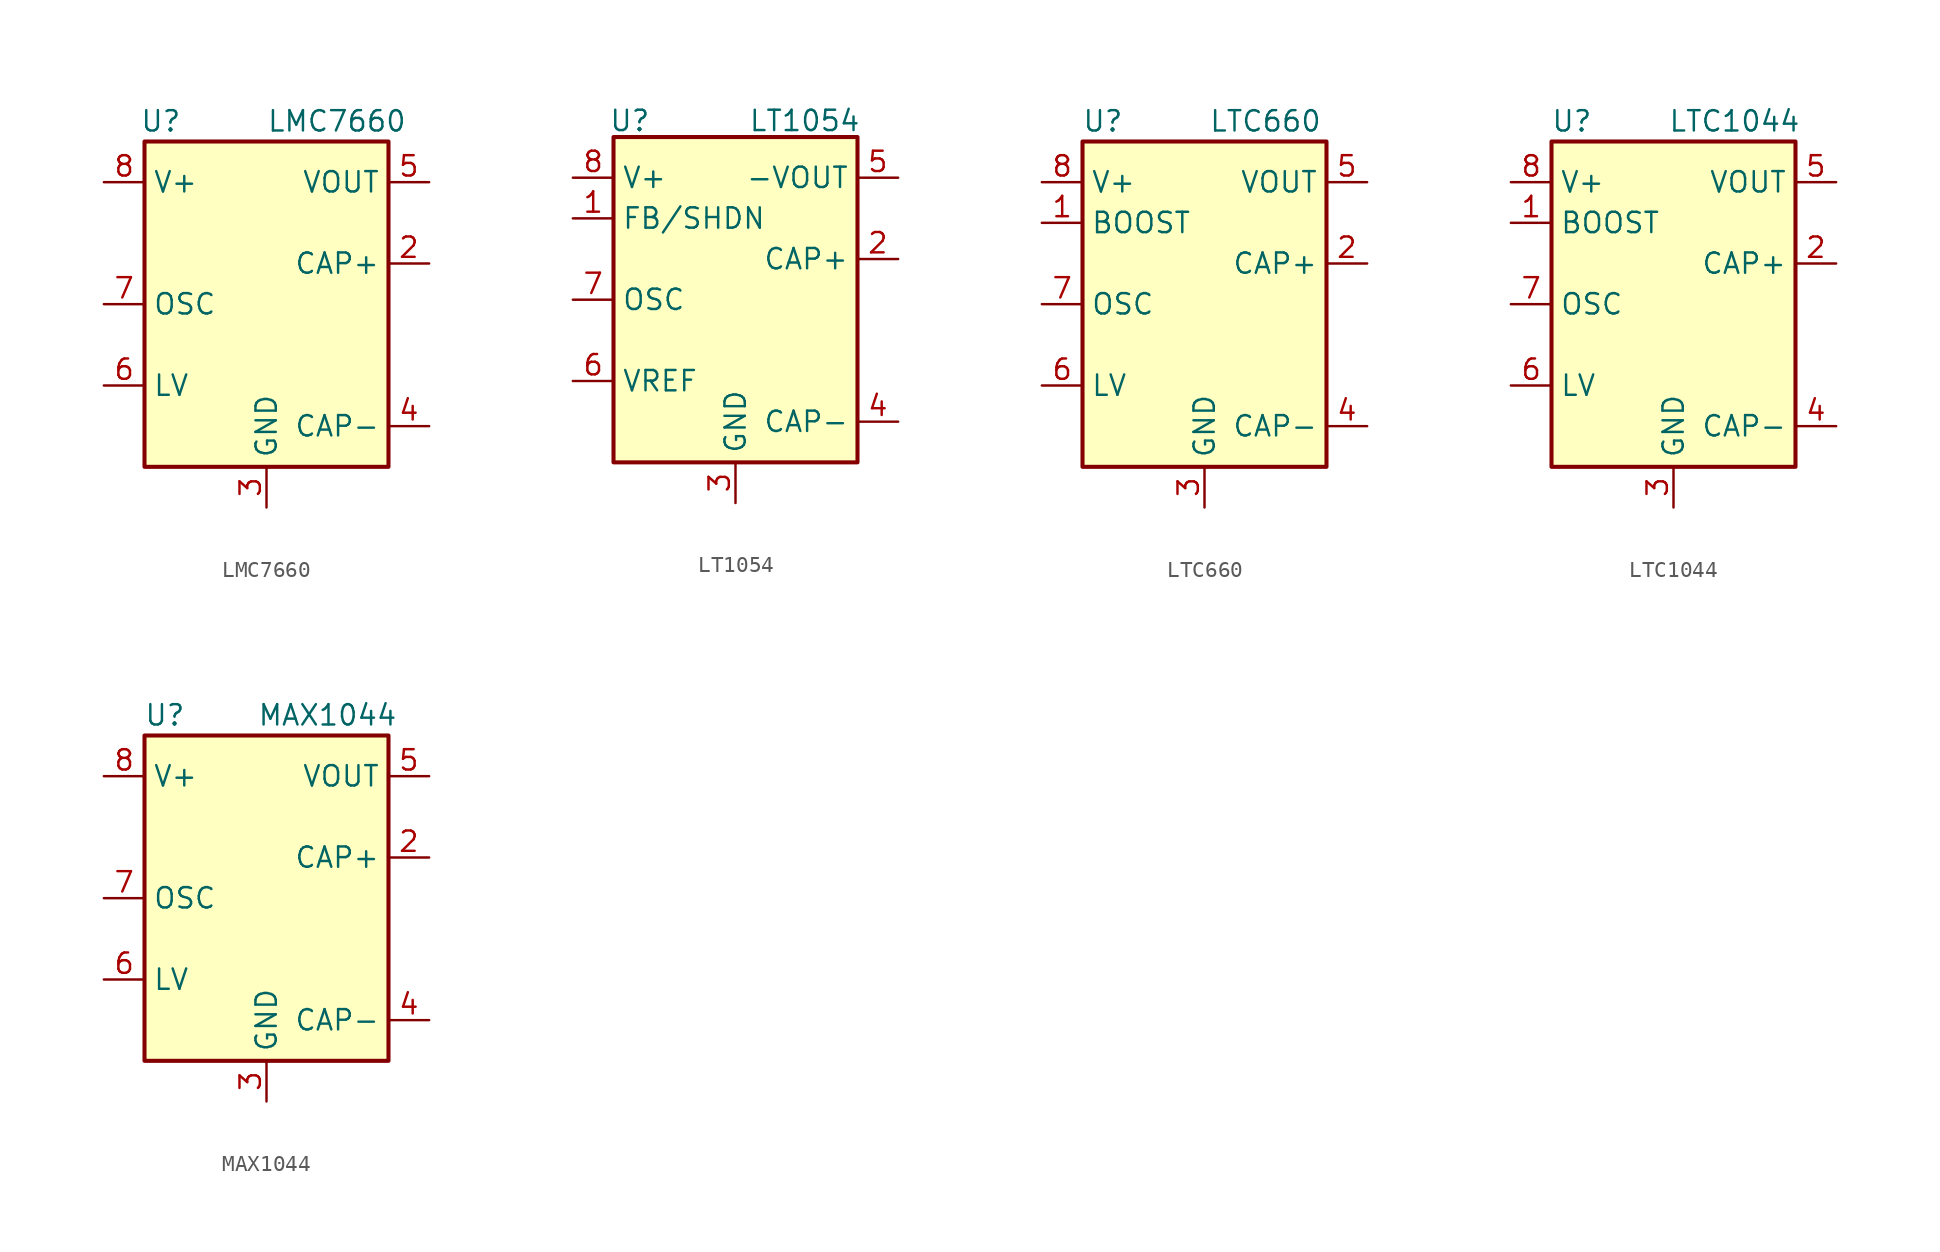
<source format=kicad_sym>
(kicad_symbol_lib
  (version 20200908)
  (generator kicad_symbol_editor)
  (symbol "Regulator_SwitchedCapacitor:LMC7660"
    (property "Reference" "U"
      (at -6.604 11.43 0)
      (effects (font (size 1.27 1.27))))
    (property "Value" "LMC7660"
      (at 0 11.43 0)
      (effects (font (size 1.27 1.27)) (justify left)))
    (symbol "LMC7660_0_1"
      (rectangle (start -7.62 10.16) (end 7.62 -10.16) (stroke (width 0.254)) (fill (type background))))
    (symbol "LMC7660_1_1"
      (pin unconnected line (at -7.62 5.08 0) (length 2.54) hide (name "NC" (effects (font (size 1.27 1.27)))) (number "1" (effects (font (size 1.27 1.27)))))
      (pin input line (at 10.16 2.54 180) (length 2.54) (name "CAP+" (effects (font (size 1.27 1.27)))) (number "2" (effects (font (size 1.27 1.27)))))
      (pin power_in line (at 0 -12.7 90) (length 2.54) (name "GND" (effects (font (size 1.27 1.27)))) (number "3" (effects (font (size 1.27 1.27)))))
      (pin input line (at 10.16 -7.62 180) (length 2.54) (name "CAP-" (effects (font (size 1.27 1.27)))) (number "4" (effects (font (size 1.27 1.27)))))
      (pin power_out line (at 10.16 7.62 180) (length 2.54) (name "VOUT" (effects (font (size 1.27 1.27)))) (number "5" (effects (font (size 1.27 1.27)))))
      (pin input line (at -10.16 -5.08 0) (length 2.54) (name "LV" (effects (font (size 1.27 1.27)))) (number "6" (effects (font (size 1.27 1.27)))))
      (pin input line (at -10.16 0 0) (length 2.54) (name "OSC" (effects (font (size 1.27 1.27)))) (number "7" (effects (font (size 1.27 1.27)))))
      (pin power_in line (at -10.16 7.62 0) (length 2.54) (name "V+" (effects (font (size 1.27 1.27)))) (number "8" (effects (font (size 1.27 1.27)))))))
  (symbol "Regulator_SwitchedCapacitor:LT1054"
    (property "Reference" "U"
      (at -6.604 11.176 0)
      (effects (font (size 1.27 1.27))))
    (property "Value" "LT1054"
      (at 4.318 11.176 0)
      (effects (font (size 1.27 1.27))))
    (symbol "LT1054_0_1"
      (rectangle (start -7.62 10.16) (end 7.62 -10.16) (stroke (width 0.254)) (fill (type background))))
    (symbol "LT1054_1_1"
      (pin input line (at -10.16 5.08 0) (length 2.54) (name "FB/SHDN" (effects (font (size 1.27 1.27)))) (number "1" (effects (font (size 1.27 1.27)))))
      (pin input line (at 10.16 2.54 180) (length 2.54) (name "CAP+" (effects (font (size 1.27 1.27)))) (number "2" (effects (font (size 1.27 1.27)))))
      (pin power_in line (at 0 -12.7 90) (length 2.54) (name "GND" (effects (font (size 1.27 1.27)))) (number "3" (effects (font (size 1.27 1.27)))))
      (pin input line (at 10.16 -7.62 180) (length 2.54) (name "CAP-" (effects (font (size 1.27 1.27)))) (number "4" (effects (font (size 1.27 1.27)))))
      (pin power_out line (at 10.16 7.62 180) (length 2.54) (name "-VOUT" (effects (font (size 1.27 1.27)))) (number "5" (effects (font (size 1.27 1.27)))))
      (pin output line (at -10.16 -5.08 0) (length 2.54) (name "VREF" (effects (font (size 1.27 1.27)))) (number "6" (effects (font (size 1.27 1.27)))))
      (pin input line (at -10.16 0 0) (length 2.54) (name "OSC" (effects (font (size 1.27 1.27)))) (number "7" (effects (font (size 1.27 1.27)))))
      (pin power_in line (at -10.16 7.62 0) (length 2.54) (name "V+" (effects (font (size 1.27 1.27)))) (number "8" (effects (font (size 1.27 1.27)))))))
  (symbol "Regulator_SwitchedCapacitor:LTC660"
    (property "Reference" "U"
      (at -6.35 11.43 0)
      (effects (font (size 1.27 1.27))))
    (property "Value" "LTC660"
      (at 3.81 11.43 0)
      (effects (font (size 1.27 1.27))))
    (symbol "LTC660_0_1"
      (rectangle (start -7.62 10.16) (end 7.62 -10.16) (stroke (width 0.254)) (fill (type background))))
    (symbol "LTC660_1_1"
      (pin input line (at -10.16 5.08 0) (length 2.54) (name "BOOST" (effects (font (size 1.27 1.27)))) (number "1" (effects (font (size 1.27 1.27)))))
      (pin input line (at 10.16 2.54 180) (length 2.54) (name "CAP+" (effects (font (size 1.27 1.27)))) (number "2" (effects (font (size 1.27 1.27)))))
      (pin power_in line (at 0 -12.7 90) (length 2.54) (name "GND" (effects (font (size 1.27 1.27)))) (number "3" (effects (font (size 1.27 1.27)))))
      (pin input line (at 10.16 -7.62 180) (length 2.54) (name "CAP-" (effects (font (size 1.27 1.27)))) (number "4" (effects (font (size 1.27 1.27)))))
      (pin power_out line (at 10.16 7.62 180) (length 2.54) (name "VOUT" (effects (font (size 1.27 1.27)))) (number "5" (effects (font (size 1.27 1.27)))))
      (pin input line (at -10.16 -5.08 0) (length 2.54) (name "LV" (effects (font (size 1.27 1.27)))) (number "6" (effects (font (size 1.27 1.27)))))
      (pin input line (at -10.16 0 0) (length 2.54) (name "OSC" (effects (font (size 1.27 1.27)))) (number "7" (effects (font (size 1.27 1.27)))))
      (pin power_in line (at -10.16 7.62 0) (length 2.54) (name "V+" (effects (font (size 1.27 1.27)))) (number "8" (effects (font (size 1.27 1.27)))))))
  (symbol "Regulator_SwitchedCapacitor:LTC1044"
    (property "Reference" "U"
      (at -6.35 11.43 0)
      (effects (font (size 1.27 1.27))))
    (property "Value" "LTC1044"
      (at 3.81 11.43 0)
      (effects (font (size 1.27 1.27))))
    (symbol "LTC1044_0_1"
      (rectangle (start -7.62 10.16) (end 7.62 -10.16) (stroke (width 0.254)) (fill (type background))))
    (symbol "LTC1044_1_1"
      (pin input line (at -10.16 5.08 0) (length 2.54) (name "BOOST" (effects (font (size 1.27 1.27)))) (number "1" (effects (font (size 1.27 1.27)))))
      (pin input line (at 10.16 2.54 180) (length 2.54) (name "CAP+" (effects (font (size 1.27 1.27)))) (number "2" (effects (font (size 1.27 1.27)))))
      (pin power_in line (at 0 -12.7 90) (length 2.54) (name "GND" (effects (font (size 1.27 1.27)))) (number "3" (effects (font (size 1.27 1.27)))))
      (pin input line (at 10.16 -7.62 180) (length 2.54) (name "CAP-" (effects (font (size 1.27 1.27)))) (number "4" (effects (font (size 1.27 1.27)))))
      (pin power_out line (at 10.16 7.62 180) (length 2.54) (name "VOUT" (effects (font (size 1.27 1.27)))) (number "5" (effects (font (size 1.27 1.27)))))
      (pin input line (at -10.16 -5.08 0) (length 2.54) (name "LV" (effects (font (size 1.27 1.27)))) (number "6" (effects (font (size 1.27 1.27)))))
      (pin input line (at -10.16 0 0) (length 2.54) (name "OSC" (effects (font (size 1.27 1.27)))) (number "7" (effects (font (size 1.27 1.27)))))
      (pin power_in line (at -10.16 7.62 0) (length 2.54) (name "V+" (effects (font (size 1.27 1.27)))) (number "8" (effects (font (size 1.27 1.27)))))))
  (symbol "Regulator_SwitchedCapacitor:MAX1044"
    (property "Reference" "U"
      (at -6.35 11.43 0)
      (effects (font (size 1.27 1.27))))
    (property "Value" "MAX1044"
      (at 3.81 11.43 0)
      (effects (font (size 1.27 1.27))))
    (symbol "MAX1044_0_1"
      (rectangle (start -7.62 10.16) (end 7.62 -10.16) (stroke (width 0.254)) (fill (type background))))
    (symbol "MAX1044_1_1"
      (pin unconnected line (at -7.62 5.08 0) (length 2.54) hide (name "NC" (effects (font (size 1.27 1.27)))) (number "1" (effects (font (size 1.27 1.27)))))
      (pin input line (at 10.16 2.54 180) (length 2.54) (name "CAP+" (effects (font (size 1.27 1.27)))) (number "2" (effects (font (size 1.27 1.27)))))
      (pin power_in line (at 0 -12.7 90) (length 2.54) (name "GND" (effects (font (size 1.27 1.27)))) (number "3" (effects (font (size 1.27 1.27)))))
      (pin input line (at 10.16 -7.62 180) (length 2.54) (name "CAP-" (effects (font (size 1.27 1.27)))) (number "4" (effects (font (size 1.27 1.27)))))
      (pin power_out line (at 10.16 7.62 180) (length 2.54) (name "VOUT" (effects (font (size 1.27 1.27)))) (number "5" (effects (font (size 1.27 1.27)))))
      (pin input line (at -10.16 -5.08 0) (length 2.54) (name "LV" (effects (font (size 1.27 1.27)))) (number "6" (effects (font (size 1.27 1.27)))))
      (pin input line (at -10.16 0 0) (length 2.54) (name "OSC" (effects (font (size 1.27 1.27)))) (number "7" (effects (font (size 1.27 1.27)))))
      (pin power_in line (at -10.16 7.62 0) (length 2.54) (name "V+" (effects (font (size 1.27 1.27)))) (number "8" (effects (font (size 1.27 1.27))))))))
</source>
